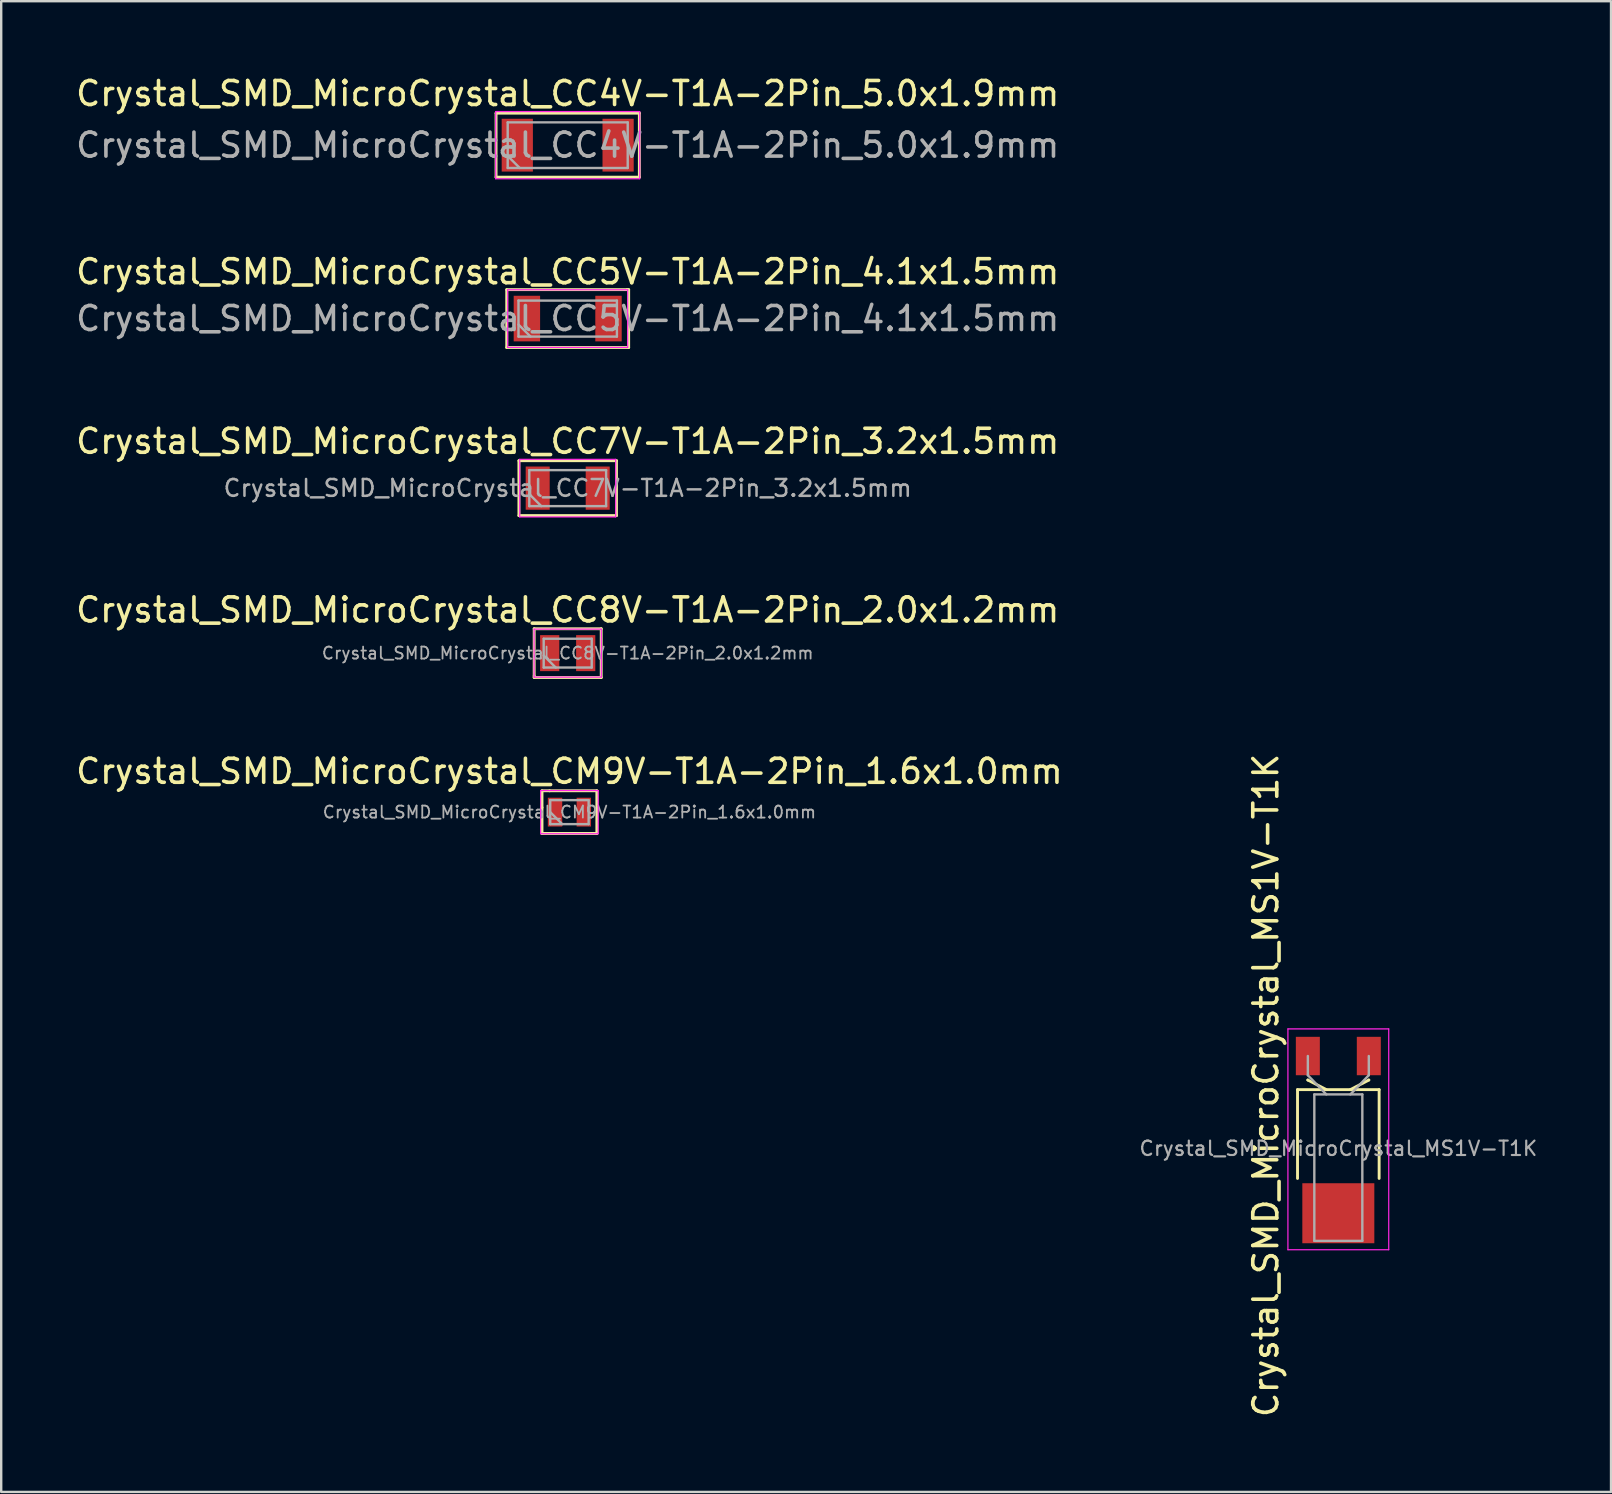
<source format=kicad_pcb>
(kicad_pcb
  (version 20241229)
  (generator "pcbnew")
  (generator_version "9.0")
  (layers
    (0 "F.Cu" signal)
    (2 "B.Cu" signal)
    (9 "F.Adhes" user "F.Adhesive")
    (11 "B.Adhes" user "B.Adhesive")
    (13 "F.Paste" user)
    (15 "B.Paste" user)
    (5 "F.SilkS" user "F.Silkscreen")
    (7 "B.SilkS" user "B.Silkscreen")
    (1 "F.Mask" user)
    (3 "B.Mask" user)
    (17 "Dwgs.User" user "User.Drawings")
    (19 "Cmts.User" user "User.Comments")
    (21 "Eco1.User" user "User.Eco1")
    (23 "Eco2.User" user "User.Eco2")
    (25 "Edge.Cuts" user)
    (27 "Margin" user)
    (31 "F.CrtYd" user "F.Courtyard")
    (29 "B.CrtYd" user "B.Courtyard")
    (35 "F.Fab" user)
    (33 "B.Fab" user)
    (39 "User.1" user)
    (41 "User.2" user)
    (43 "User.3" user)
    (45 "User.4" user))
  (footprint "Crystal_SMD_MicroCrystal_CC7V-T1A-2Pin_3.2x1.5mm"
    (layer "F.Cu")
    (at 20.601 17.286)
    (property "Reference" "Crystal_SMD_MicroCrystal_CC7V-T1A-2Pin_3.2x1.5mm" (at 0 -1.95 0) (layer "F.SilkS") (effects (font (size 1 1) (thickness 0.15))))
    (attr smd)
    (fp_line (start -2.032 -1.143) (end -2.032 1.143) (stroke (width 0.12) (type solid)) (layer "F.SilkS"))
    (fp_line (start -2.032 1.143) (end 2.032 1.143) (stroke (width 0.12) (type solid)) (layer "F.SilkS"))
    (fp_line (start 2.032 -1.143) (end -2.032 -1.143) (stroke (width 0.12) (type solid)) (layer "F.SilkS"))
    (fp_line (start 2.032 1.143) (end 2.032 -1.143) (stroke (width 0.12) (type solid)) (layer "F.SilkS"))
    (fp_line (start -2 -1.2) (end -2 1.2) (stroke (width 0.05) (type solid)) (layer "F.CrtYd"))
    (fp_line (start -2 1.2) (end 2 1.2) (stroke (width 0.05) (type solid)) (layer "F.CrtYd"))
    (fp_line (start 2 -1.2) (end -2 -1.2) (stroke (width 0.05) (type solid)) (layer "F.CrtYd"))
    (fp_line (start 2 1.2) (end 2 -1.2) (stroke (width 0.05) (type solid)) (layer "F.CrtYd"))
    (fp_line (start -1.6 -0.75) (end -1.6 0.75) (stroke (width 0.1) (type solid)) (layer "F.Fab"))
    (fp_line (start -1.6 0.25) (end -1.1 0.75) (stroke (width 0.1) (type solid)) (layer "F.Fab"))
    (fp_line (start -1.6 0.75) (end 1.6 0.75) (stroke (width 0.1) (type solid)) (layer "F.Fab"))
    (fp_line (start 1.6 -0.75) (end -1.6 -0.75) (stroke (width 0.1) (type solid)) (layer "F.Fab"))
    (fp_line (start 1.6 0.75) (end 1.6 -0.75) (stroke (width 0.1) (type solid)) (layer "F.Fab"))
    (fp_text user "${REFERENCE}" (at 0 0 0) (layer "F.Fab") (effects (font (size 0.7 0.7) (thickness 0.105))))
    (pad "1" smd rect (at -1.25 0) (size 1 1.8) (layers "F.Cu" "F.Mask" "F.Paste"))
    (pad "2" smd rect (at 1.25 0) (size 1 1.8) (layers "F.Cu" "F.Mask" "F.Paste")))
  (footprint "Crystal_SMD_MicroCrystal_CC8V-T1A-2Pin_2.0x1.2mm"
    (layer "F.Cu")
    (at 20.601 24.16)
    (property "Reference" "Crystal_SMD_MicroCrystal_CC8V-T1A-2Pin_2.0x1.2mm" (at 0 -1.8 0) (layer "F.SilkS") (effects (font (size 1 1) (thickness 0.15))))
    (attr smd)
    (fp_line (start -1.397 -1.016) (end -1.397 0.953) (stroke (width 0.12) (type solid)) (layer "F.SilkS"))
    (fp_line (start -1.397 0.953) (end -1.397 1.016) (stroke (width 0.12) (type solid)) (layer "F.SilkS"))
    (fp_line (start -1.397 1.016) (end 1.397 1.016) (stroke (width 0.12) (type solid)) (layer "F.SilkS"))
    (fp_line (start 1.397 -1.016) (end -1.397 -1.016) (stroke (width 0.12) (type solid)) (layer "F.SilkS"))
    (fp_line (start 1.397 1.016) (end 1.397 -1.016) (stroke (width 0.12) (type solid)) (layer "F.SilkS"))
    (fp_line (start -1.4 -1) (end -1.4 1) (stroke (width 0.05) (type solid)) (layer "F.CrtYd"))
    (fp_line (start -1.4 1) (end 1.4 1) (stroke (width 0.05) (type solid)) (layer "F.CrtYd"))
    (fp_line (start 1.4 -1) (end -1.4 -1) (stroke (width 0.05) (type solid)) (layer "F.CrtYd"))
    (fp_line (start 1.4 1) (end 1.4 -1) (stroke (width 0.05) (type solid)) (layer "F.CrtYd"))
    (fp_line (start -1 -0.6) (end -1 0.6) (stroke (width 0.1) (type solid)) (layer "F.Fab"))
    (fp_line (start -1 0.1) (end -0.5 0.6) (stroke (width 0.1) (type solid)) (layer "F.Fab"))
    (fp_line (start -1 0.6) (end 1 0.6) (stroke (width 0.1) (type solid)) (layer "F.Fab"))
    (fp_line (start 1 -0.6) (end -1 -0.6) (stroke (width 0.1) (type solid)) (layer "F.Fab"))
    (fp_line (start 1 0.6) (end 1 -0.6) (stroke (width 0.1) (type solid)) (layer "F.Fab"))
    (fp_text user "${REFERENCE}" (at 0 0 0) (layer "F.Fab") (effects (font (size 0.5 0.5) (thickness 0.075))))
    (pad "1" smd rect (at -0.75 0) (size 0.8 1.5) (layers "F.Cu" "F.Mask" "F.Paste"))
    (pad "2" smd rect (at 0.75 0) (size 0.8 1.5) (layers "F.Cu" "F.Mask" "F.Paste")))
  (footprint "Crystal_SMD_MicroCrystal_CC4V-T1A-2Pin_5.0x1.9mm"
    (layer "F.Cu")
    (at 20.601 2.998)
    (property "Reference" "Crystal_SMD_MicroCrystal_CC4V-T1A-2Pin_5.0x1.9mm" (at 0 -2.15 0) (layer "F.SilkS") (effects (font (size 1 1) (thickness 0.15))))
    (attr smd)
    (fp_line (start -2.985 -1.333) (end -2.985 1.333) (stroke (width 0.12) (type solid)) (layer "F.SilkS"))
    (fp_line (start -2.985 1.333) (end 2.985 1.333) (stroke (width 0.12) (type solid)) (layer "F.SilkS"))
    (fp_line (start 2.985 -1.333) (end -2.985 -1.333) (stroke (width 0.12) (type solid)) (layer "F.SilkS"))
    (fp_line (start 2.985 1.333) (end 2.985 -1.333) (stroke (width 0.12) (type solid)) (layer "F.SilkS"))
    (fp_line (start -3 -1.4) (end -3 1.4) (stroke (width 0.05) (type solid)) (layer "F.CrtYd"))
    (fp_line (start -3 1.4) (end 3 1.4) (stroke (width 0.05) (type solid)) (layer "F.CrtYd"))
    (fp_line (start 3 -1.4) (end -3 -1.4) (stroke (width 0.05) (type solid)) (layer "F.CrtYd"))
    (fp_line (start 3 1.4) (end 3 -1.4) (stroke (width 0.05) (type solid)) (layer "F.CrtYd"))
    (fp_line (start -2.5 -0.95) (end -2.5 0.95) (stroke (width 0.1) (type solid)) (layer "F.Fab"))
    (fp_line (start -2.5 0.45) (end -2 0.95) (stroke (width 0.1) (type solid)) (layer "F.Fab"))
    (fp_line (start -2.5 0.95) (end 2.5 0.95) (stroke (width 0.1) (type solid)) (layer "F.Fab"))
    (fp_line (start 2.5 -0.95) (end -2.5 -0.95) (stroke (width 0.1) (type solid)) (layer "F.Fab"))
    (fp_line (start 2.5 0.95) (end 2.5 -0.95) (stroke (width 0.1) (type solid)) (layer "F.Fab"))
    (fp_text user "${REFERENCE}" (at 0 0 0) (layer "F.Fab") (effects (font (size 1 1) (thickness 0.15))))
    (pad "1" smd rect (at -2.1 0) (size 1.3 2.2) (layers "F.Cu" "F.Mask" "F.Paste"))
    (pad "2" smd rect (at 2.1 0) (size 1.3 2.2) (layers "F.Cu" "F.Mask" "F.Paste")))
  (footprint "Crystal_SMD_MicroCrystal_CM9V-T1A-2Pin_1.6x1.0mm"
    (layer "F.Cu")
    (at 20.673 30.784)
    (property "Reference" "Crystal_SMD_MicroCrystal_CM9V-T1A-2Pin_1.6x1.0mm" (at 0 -1.7 0) (layer "F.SilkS") (effects (font (size 1 1) (thickness 0.15))))
    (attr smd)
    (fp_line (start -1.143 -0.889) (end -1.143 -0.191) (stroke (width 0.12) (type solid)) (layer "F.SilkS"))
    (fp_line (start -1.143 -0.191) (end -1.143 0.889) (stroke (width 0.12) (type solid)) (layer "F.SilkS"))
    (fp_line (start -1.143 0.889) (end 1.143 0.889) (stroke (width 0.12) (type solid)) (layer "F.SilkS"))
    (fp_line (start -0.826 -0.889) (end -1.143 -0.889) (stroke (width 0.12) (type solid)) (layer "F.SilkS"))
    (fp_line (start 1.143 -0.889) (end -0.826 -0.889) (stroke (width 0.12) (type solid)) (layer "F.SilkS"))
    (fp_line (start 1.143 0.889) (end 1.143 -0.889) (stroke (width 0.12) (type solid)) (layer "F.SilkS"))
    (fp_line (start -1.2 -0.9) (end -1.2 0.9) (stroke (width 0.05) (type solid)) (layer "F.CrtYd"))
    (fp_line (start -1.2 0.9) (end 1.2 0.9) (stroke (width 0.05) (type solid)) (layer "F.CrtYd"))
    (fp_line (start 1.2 -0.9) (end -1.2 -0.9) (stroke (width 0.05) (type solid)) (layer "F.CrtYd"))
    (fp_line (start 1.2 0.9) (end 1.2 -0.9) (stroke (width 0.05) (type solid)) (layer "F.CrtYd"))
    (fp_line (start -0.8 -0.5) (end -0.8 0.5) (stroke (width 0.1) (type solid)) (layer "F.Fab"))
    (fp_line (start -0.8 0) (end -0.3 0.5) (stroke (width 0.1) (type solid)) (layer "F.Fab"))
    (fp_line (start -0.8 0.5) (end 0.8 0.5) (stroke (width 0.1) (type solid)) (layer "F.Fab"))
    (fp_line (start 0.8 -0.5) (end -0.8 -0.5) (stroke (width 0.1) (type solid)) (layer "F.Fab"))
    (fp_line (start 0.8 0.5) (end 0.8 -0.5) (stroke (width 0.1) (type solid)) (layer "F.Fab"))
    (fp_text user "${REFERENCE}" (at 0 0 0) (layer "F.Fab") (effects (font (size 0.5 0.5) (thickness 0.075))))
    (pad "1" smd rect (at -0.6 0) (size 0.6 1.2) (layers "F.Cu" "F.Mask" "F.Paste"))
    (pad "2" smd rect (at 0.6 0) (size 0.6 1.2) (layers "F.Cu" "F.Mask" "F.Paste")))
  (footprint "Crystal_SMD_MicroCrystal_MS1V-T1K"
    (layer "F.Cu")
    (at 52.706 44.445)
    (property "Reference" "Crystal_SMD_MicroCrystal_MS1V-T1K" (at -3.02 -2.275 90) (layer "F.SilkS") (effects (font (size 1 1) (thickness 0.15))))
    (attr smd)
    (fp_line (start -1.7 -2.1) (end 1.7 -2.1) (stroke (width 0.12) (type solid)) (layer "F.SilkS"))
    (fp_line (start -1.7 1.6) (end -1.7 -2.1) (stroke (width 0.12) (type solid)) (layer "F.SilkS"))
    (fp_line (start -1.27 -2.5) (end -1.27 -2.5) (stroke (width 0.12) (type solid)) (layer "F.SilkS"))
    (fp_line (start -0.5 -2.1) (end -1.27 -2.5) (stroke (width 0.12) (type solid)) (layer "F.SilkS"))
    (fp_line (start 0.5 -2.1) (end 1.27 -2.5) (stroke (width 0.12) (type solid)) (layer "F.SilkS"))
    (fp_line (start 1.27 -2.5) (end 1.27 -2.5) (stroke (width 0.12) (type solid)) (layer "F.SilkS"))
    (fp_line (start 1.7 -2.1) (end 1.7 1.6) (stroke (width 0.12) (type solid)) (layer "F.SilkS"))
    (fp_line (start -2.1 -4.63) (end -2.1 4.57) (stroke (width 0.05) (type solid)) (layer "F.CrtYd"))
    (fp_line (start -2.1 4.57) (end 2.1 4.57) (stroke (width 0.05) (type solid)) (layer "F.CrtYd"))
    (fp_line (start 2.1 -4.63) (end -2.1 -4.63) (stroke (width 0.05) (type solid)) (layer "F.CrtYd"))
    (fp_line (start 2.1 4.57) (end 2.1 -4.63) (stroke (width 0.05) (type solid)) (layer "F.CrtYd"))
    (fp_line (start -1.27 -2.7) (end -1.27 -3.5) (stroke (width 0.1) (type solid)) (layer "F.Fab"))
    (fp_line (start -1 -1.9) (end -1 4.2) (stroke (width 0.1) (type solid)) (layer "F.Fab"))
    (fp_line (start -1 4.2) (end 1 4.2) (stroke (width 0.1) (type solid)) (layer "F.Fab"))
    (fp_line (start -0.5 -1.9) (end -1.27 -2.7) (stroke (width 0.1) (type solid)) (layer "F.Fab"))
    (fp_line (start 0.5 -1.9) (end 1.27 -2.7) (stroke (width 0.1) (type solid)) (layer "F.Fab"))
    (fp_line (start 1 -1.9) (end -1 -1.9) (stroke (width 0.1) (type solid)) (layer "F.Fab"))
    (fp_line (start 1 4.2) (end 1 -1.9) (stroke (width 0.1) (type solid)) (layer "F.Fab"))
    (fp_line (start 1.27 -2.7) (end 1.27 -3.5) (stroke (width 0.1) (type solid)) (layer "F.Fab"))
    (fp_text user "${REFERENCE}" (at 0 0.35 0) (layer "F.Fab") (effects (font (size 0.6 0.6) (thickness 0.09))))
    (pad "1" smd rect (at -1.27 -3.5) (size 1 1.6) (layers "F.Cu" "F.Mask" "F.Paste"))
    (pad "2" smd rect (at 1.27 -3.5) (size 1 1.6) (layers "F.Cu" "F.Mask" "F.Paste"))
    (pad "3" smd rect (at 0 3.05) (size 3 2.5) (layers "F.Cu" "F.Mask" "F.Paste")))
  (footprint "Crystal_SMD_MicroCrystal_CC5V-T1A-2Pin_4.1x1.5mm"
    (layer "F.Cu")
    (at 20.601 10.222)
    (property "Reference" "Crystal_SMD_MicroCrystal_CC5V-T1A-2Pin_4.1x1.5mm" (at 0 -1.95 0) (layer "F.SilkS") (effects (font (size 1 1) (thickness 0.15))))
    (attr smd)
    (fp_line (start -2.54 -1.206) (end -2.54 1.206) (stroke (width 0.12) (type solid)) (layer "F.SilkS"))
    (fp_line (start -2.54 -1.206) (end 2.477 -1.206) (stroke (width 0.12) (type solid)) (layer "F.SilkS"))
    (fp_line (start 2.477 -1.206) (end 2.54 -1.206) (stroke (width 0.12) (type solid)) (layer "F.SilkS"))
    (fp_line (start 2.54 -1.206) (end 2.54 1.206) (stroke (width 0.12) (type solid)) (layer "F.SilkS"))
    (fp_line (start 2.54 1.206) (end -2.54 1.206) (stroke (width 0.12) (type solid)) (layer "F.SilkS"))
    (fp_line (start -2.5 -1.2) (end -2.5 1.2) (stroke (width 0.05) (type solid)) (layer "F.CrtYd"))
    (fp_line (start -2.5 1.2) (end 2.5 1.2) (stroke (width 0.05) (type solid)) (layer "F.CrtYd"))
    (fp_line (start 2.5 -1.2) (end -2.5 -1.2) (stroke (width 0.05) (type solid)) (layer "F.CrtYd"))
    (fp_line (start 2.5 1.2) (end 2.5 -1.2) (stroke (width 0.05) (type solid)) (layer "F.CrtYd"))
    (fp_line (start -2.05 -0.75) (end -2.05 0.75) (stroke (width 0.1) (type solid)) (layer "F.Fab"))
    (fp_line (start -2.05 0.25) (end -1.55 0.75) (stroke (width 0.1) (type solid)) (layer "F.Fab"))
    (fp_line (start -2.05 0.75) (end 2.05 0.75) (stroke (width 0.1) (type solid)) (layer "F.Fab"))
    (fp_line (start 2.05 -0.75) (end -2.05 -0.75) (stroke (width 0.1) (type solid)) (layer "F.Fab"))
    (fp_line (start 2.05 0.75) (end 2.05 -0.75) (stroke (width 0.1) (type solid)) (layer "F.Fab"))
    (fp_text user "${REFERENCE}" (at 0 0 0) (layer "F.Fab") (effects (font (size 1 1) (thickness 0.15))))
    (pad "1" smd rect (at -1.7 0) (size 1.1 1.9) (layers "F.Cu" "F.Mask" "F.Paste"))
    (pad "2" smd rect (at 1.7 0) (size 1.1 1.9) (layers "F.Cu" "F.Mask" "F.Paste")))
  (gr_rect
    (start -3 -3)
    (end 64.067 59.105)
    (stroke (width 0.1) (type default))
    (fill no)
    (layer "Edge.Cuts")))
</source>
